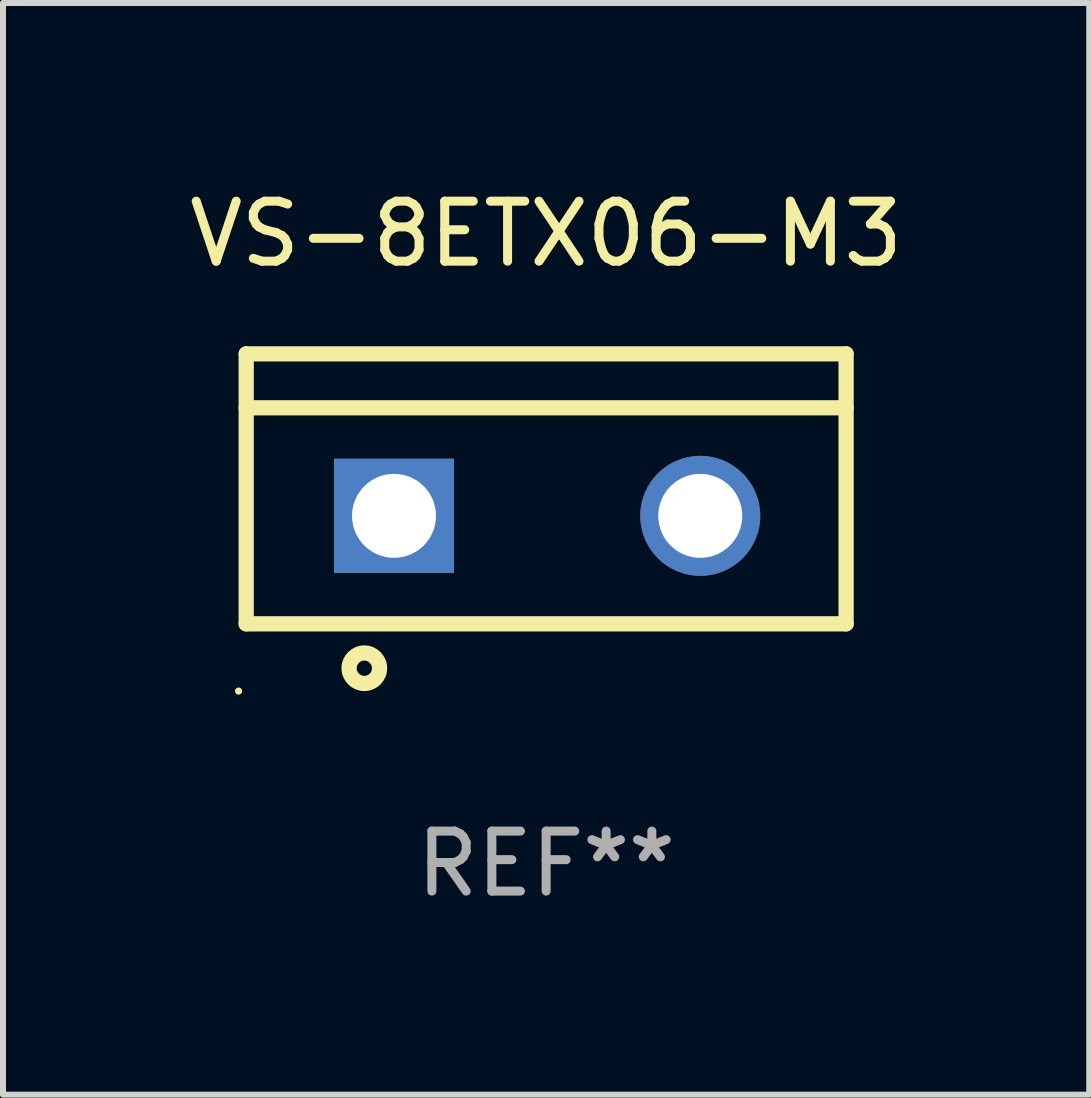
<source format=kicad_pcb>
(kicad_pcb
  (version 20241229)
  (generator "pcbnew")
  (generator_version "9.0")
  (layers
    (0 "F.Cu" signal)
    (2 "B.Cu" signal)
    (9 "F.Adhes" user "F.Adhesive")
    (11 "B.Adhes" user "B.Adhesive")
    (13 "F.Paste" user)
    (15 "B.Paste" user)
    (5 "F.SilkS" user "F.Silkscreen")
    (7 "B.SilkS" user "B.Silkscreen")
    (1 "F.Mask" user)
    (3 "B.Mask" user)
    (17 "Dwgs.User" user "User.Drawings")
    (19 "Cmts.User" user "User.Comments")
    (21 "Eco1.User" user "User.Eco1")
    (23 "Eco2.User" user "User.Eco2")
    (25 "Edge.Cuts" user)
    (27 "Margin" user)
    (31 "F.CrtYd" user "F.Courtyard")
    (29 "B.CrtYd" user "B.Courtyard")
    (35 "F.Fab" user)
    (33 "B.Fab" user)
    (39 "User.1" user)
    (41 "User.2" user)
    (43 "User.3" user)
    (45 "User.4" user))
  (footprint "VS-8ETX06-M3"
    (layer "F.Cu")
    (at 6.054 5.099)
    (property "Reference" "VS-8ETX06-M3" (at 0 -4.25 0) (layer "F.SilkS") (effects (font (size 1 1) (thickness 0.15))))
    (attr through_hole)
    (fp_line (start -5 -2.25) (end 5 -2.25) (stroke (width 0.254) (type solid)) (layer "F.SilkS"))
    (fp_line (start -5 -1.351) (end 5 -1.351) (stroke (width 0.254) (type solid)) (layer "F.SilkS"))
    (fp_line (start -5 2.25) (end -5 -2.25) (stroke (width 0.254) (type solid)) (layer "F.SilkS"))
    (fp_line (start -5 2.25) (end 5 2.25) (stroke (width 0.254) (type solid)) (layer "F.SilkS"))
    (fp_line (start 5 2.25) (end 5 -2.25) (stroke (width 0.254) (type solid)) (layer "F.SilkS"))
    (fp_circle (center -5.127 3.371) (end -5.097 3.371) (stroke (width 0.06) (type solid)) (fill no) (layer "F.SilkS"))
    (fp_circle (center -3.031 2.99) (end -2.777 2.99) (stroke (width 0.254) (type solid)) (fill no) (layer "F.SilkS"))
    (fp_text user "REF**" (at 0 6.25 0) (layer "F.Fab") (effects (font (size 1 1) (thickness 0.15))))
    (pad "1" thru_hole rect (at -2.536 0.45 90) (size 1.905 2) (drill 1.4) (layers "*.Cu" "*.Mask"))
    (pad "3" thru_hole circle (at 2.569 0.45) (size 2 2) (drill 1.4) (layers "*.Cu" "*.Mask")))
  (gr_rect
    (start -3 -3)
    (end 15.107 15.197)
    (stroke (width 0.1) (type default))
    (fill no)
    (layer "Edge.Cuts")))
</source>
